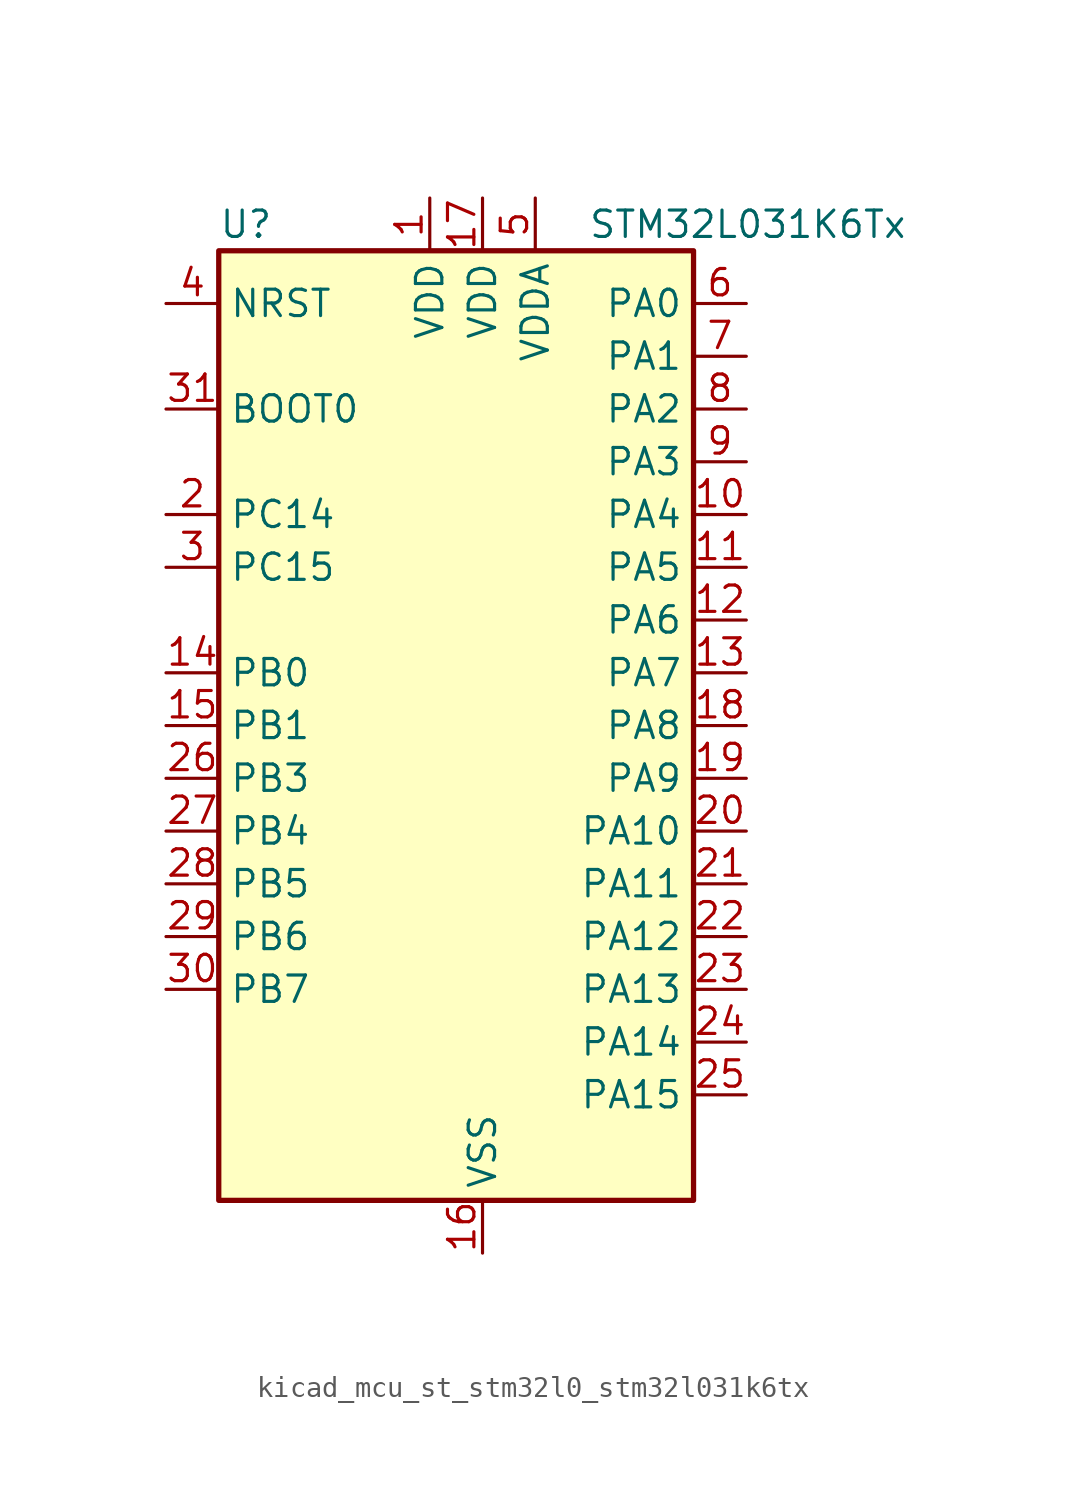
<source format=kicad_sym>
(kicad_symbol_lib
  (version 20220914)
  (generator kicad_symbol_editor)
  (symbol "kicad_mcu_st_stm32l0_stm32l031k6tx"
    (property "Reference" "U"
      (at -10.16 24.13 0)
      (effects (font (size 1.27 1.27)) (justify left)))
    (property "Value" "STM32L031K6Tx"
      (at 7.62 24.13 0)
      (effects (font (size 1.27 1.27)) (justify left)))
    (property "ki_locked" ""
      (at 0 0 0)
      (effects (font (size 1.27 1.27))))
    (symbol "kicad_mcu_st_stm32l0_stm32l031k6tx_0_1"
      (rectangle (start -10.16 -22.86) (end 12.7 22.86) (stroke (width 0.254) (type default)) (fill (type background))))
    (symbol "kicad_mcu_st_stm32l0_stm32l031k6tx_1_1"
      (pin power_in line (at 0 25.4 270) (length 2.54) (name "VDD" (effects (font (size 1.27 1.27)))) (number "1" (effects (font (size 1.27 1.27)))))
      (pin bidirectional line (at 15.24 10.16 180) (length 2.54) (name "PA4" (effects (font (size 1.27 1.27)))) (number "10" (effects (font (size 1.27 1.27)))) (alternate "ADC_IN4" bidirectional line) (alternate "COMP1_INM" bidirectional line) (alternate "COMP2_INM" bidirectional line) (alternate "LPTIM1_IN1" bidirectional line) (alternate "SPI1_NSS" bidirectional line) (alternate "TIM22_ETR" bidirectional line) (alternate "USART2_CK" bidirectional line))
      (pin bidirectional line (at 15.24 7.62 180) (length 2.54) (name "PA5" (effects (font (size 1.27 1.27)))) (number "11" (effects (font (size 1.27 1.27)))) (alternate "ADC_IN5" bidirectional line) (alternate "COMP1_INM" bidirectional line) (alternate "COMP2_INM" bidirectional line) (alternate "LPTIM1_IN2" bidirectional line) (alternate "SPI1_SCK" bidirectional line) (alternate "TIM2_CH1" bidirectional line) (alternate "TIM2_ETR" bidirectional line))
      (pin bidirectional line (at 15.24 5.08 180) (length 2.54) (name "PA6" (effects (font (size 1.27 1.27)))) (number "12" (effects (font (size 1.27 1.27)))) (alternate "ADC_IN6" bidirectional line) (alternate "COMP1_OUT" bidirectional line) (alternate "LPTIM1_ETR" bidirectional line) (alternate "LPUART1_CTS" bidirectional line) (alternate "SPI1_MISO" bidirectional line) (alternate "TIM22_CH1" bidirectional line))
      (pin bidirectional line (at 15.24 2.54 180) (length 2.54) (name "PA7" (effects (font (size 1.27 1.27)))) (number "13" (effects (font (size 1.27 1.27)))) (alternate "ADC_IN7" bidirectional line) (alternate "COMP2_OUT" bidirectional line) (alternate "LPTIM1_OUT" bidirectional line) (alternate "SPI1_MOSI" bidirectional line) (alternate "TIM22_CH2" bidirectional line) (alternate "USART2_CTS" bidirectional line))
      (pin bidirectional line (at -12.7 2.54 0) (length 2.54) (name "PB0" (effects (font (size 1.27 1.27)))) (number "14" (effects (font (size 1.27 1.27)))) (alternate "ADC_IN8" bidirectional line) (alternate "SPI1_MISO" bidirectional line) (alternate "SYS_VREF_OUT_PB0" bidirectional line) (alternate "TIM2_CH3" bidirectional line) (alternate "USART2_DE" bidirectional line) (alternate "USART2_RTS" bidirectional line))
      (pin bidirectional line (at -12.7 0 0) (length 2.54) (name "PB1" (effects (font (size 1.27 1.27)))) (number "15" (effects (font (size 1.27 1.27)))) (alternate "ADC_IN9" bidirectional line) (alternate "LPUART1_DE" bidirectional line) (alternate "LPUART1_RTS" bidirectional line) (alternate "SPI1_MOSI" bidirectional line) (alternate "SYS_VREF_OUT_PB1" bidirectional line) (alternate "TIM2_CH4" bidirectional line) (alternate "USART2_CK" bidirectional line))
      (pin power_in line (at 2.54 -25.4 90) (length 2.54) (name "VSS" (effects (font (size 1.27 1.27)))) (number "16" (effects (font (size 1.27 1.27)))))
      (pin power_in line (at 2.54 25.4 270) (length 2.54) (name "VDD" (effects (font (size 1.27 1.27)))) (number "17" (effects (font (size 1.27 1.27)))))
      (pin bidirectional line (at 15.24 0 180) (length 2.54) (name "PA8" (effects (font (size 1.27 1.27)))) (number "18" (effects (font (size 1.27 1.27)))) (alternate "LPTIM1_IN1" bidirectional line) (alternate "RCC_MCO" bidirectional line) (alternate "TIM2_CH1" bidirectional line) (alternate "USART2_CK" bidirectional line))
      (pin bidirectional line (at 15.24 -2.54 180) (length 2.54) (name "PA9" (effects (font (size 1.27 1.27)))) (number "19" (effects (font (size 1.27 1.27)))) (alternate "I2C1_SCL" bidirectional line) (alternate "RCC_MCO" bidirectional line) (alternate "TIM22_CH1" bidirectional line) (alternate "USART2_TX" bidirectional line))
      (pin bidirectional line (at -12.7 10.16 0) (length 2.54) (name "PC14" (effects (font (size 1.27 1.27)))) (number "2" (effects (font (size 1.27 1.27)))) (alternate "RCC_OSC32_IN" bidirectional line))
      (pin bidirectional line (at 15.24 -5.08 180) (length 2.54) (name "PA10" (effects (font (size 1.27 1.27)))) (number "20" (effects (font (size 1.27 1.27)))) (alternate "I2C1_SDA" bidirectional line) (alternate "TIM22_CH2" bidirectional line) (alternate "USART2_RX" bidirectional line))
      (pin bidirectional line (at 15.24 -7.62 180) (length 2.54) (name "PA11" (effects (font (size 1.27 1.27)))) (number "21" (effects (font (size 1.27 1.27)))) (alternate "ADC_EXTI11" bidirectional line) (alternate "COMP1_OUT" bidirectional line) (alternate "SPI1_MISO" bidirectional line) (alternate "TIM21_CH2" bidirectional line) (alternate "USART2_CTS" bidirectional line))
      (pin bidirectional line (at 15.24 -10.16 180) (length 2.54) (name "PA12" (effects (font (size 1.27 1.27)))) (number "22" (effects (font (size 1.27 1.27)))) (alternate "COMP2_OUT" bidirectional line) (alternate "SPI1_MOSI" bidirectional line) (alternate "USART2_DE" bidirectional line) (alternate "USART2_RTS" bidirectional line))
      (pin bidirectional line (at 15.24 -12.7 180) (length 2.54) (name "PA13" (effects (font (size 1.27 1.27)))) (number "23" (effects (font (size 1.27 1.27)))) (alternate "LPTIM1_ETR" bidirectional line) (alternate "LPUART1_RX" bidirectional line) (alternate "SYS_SWDIO" bidirectional line))
      (pin bidirectional line (at 15.24 -15.24 180) (length 2.54) (name "PA14" (effects (font (size 1.27 1.27)))) (number "24" (effects (font (size 1.27 1.27)))) (alternate "I2C1_SMBA" bidirectional line) (alternate "LPTIM1_OUT" bidirectional line) (alternate "LPUART1_TX" bidirectional line) (alternate "SYS_SWCLK" bidirectional line) (alternate "USART2_TX" bidirectional line))
      (pin bidirectional line (at 15.24 -17.78 180) (length 2.54) (name "PA15" (effects (font (size 1.27 1.27)))) (number "25" (effects (font (size 1.27 1.27)))) (alternate "SPI1_NSS" bidirectional line) (alternate "TIM2_CH1" bidirectional line) (alternate "TIM2_ETR" bidirectional line) (alternate "USART2_RX" bidirectional line))
      (pin bidirectional line (at -12.7 -2.54 0) (length 2.54) (name "PB3" (effects (font (size 1.27 1.27)))) (number "26" (effects (font (size 1.27 1.27)))) (alternate "COMP2_INM" bidirectional line) (alternate "SPI1_SCK" bidirectional line) (alternate "TIM2_CH2" bidirectional line))
      (pin bidirectional line (at -12.7 -5.08 0) (length 2.54) (name "PB4" (effects (font (size 1.27 1.27)))) (number "27" (effects (font (size 1.27 1.27)))) (alternate "COMP2_INP" bidirectional line) (alternate "SPI1_MISO" bidirectional line) (alternate "TIM22_CH1" bidirectional line))
      (pin bidirectional line (at -12.7 -7.62 0) (length 2.54) (name "PB5" (effects (font (size 1.27 1.27)))) (number "28" (effects (font (size 1.27 1.27)))) (alternate "COMP2_INP" bidirectional line) (alternate "I2C1_SMBA" bidirectional line) (alternate "LPTIM1_IN1" bidirectional line) (alternate "SPI1_MOSI" bidirectional line) (alternate "TIM22_CH2" bidirectional line))
      (pin bidirectional line (at -12.7 -10.16 0) (length 2.54) (name "PB6" (effects (font (size 1.27 1.27)))) (number "29" (effects (font (size 1.27 1.27)))) (alternate "COMP2_INP" bidirectional line) (alternate "I2C1_SCL" bidirectional line) (alternate "LPTIM1_ETR" bidirectional line) (alternate "TIM21_CH1" bidirectional line) (alternate "USART2_TX" bidirectional line))
      (pin bidirectional line (at -12.7 7.62 0) (length 2.54) (name "PC15" (effects (font (size 1.27 1.27)))) (number "3" (effects (font (size 1.27 1.27)))) (alternate "RCC_OSC32_OUT" bidirectional line))
      (pin bidirectional line (at -12.7 -12.7 0) (length 2.54) (name "PB7" (effects (font (size 1.27 1.27)))) (number "30" (effects (font (size 1.27 1.27)))) (alternate "COMP2_INP" bidirectional line) (alternate "I2C1_SDA" bidirectional line) (alternate "LPTIM1_IN2" bidirectional line) (alternate "SYS_PVD_IN" bidirectional line) (alternate "USART2_RX" bidirectional line))
      (pin input line (at -12.7 15.24 0) (length 2.54) (name "BOOT0" (effects (font (size 1.27 1.27)))) (number "31" (effects (font (size 1.27 1.27)))))
      (pin passive line (at 2.54 -25.4 90) (length 2.54) hide (name "VSS" (effects (font (size 1.27 1.27)))) (number "32" (effects (font (size 1.27 1.27)))))
      (pin input line (at -12.7 20.32 0) (length 2.54) (name "NRST" (effects (font (size 1.27 1.27)))) (number "4" (effects (font (size 1.27 1.27)))))
      (pin power_in line (at 5.08 25.4 270) (length 2.54) (name "VDDA" (effects (font (size 1.27 1.27)))) (number "5" (effects (font (size 1.27 1.27)))))
      (pin bidirectional line (at 15.24 20.32 180) (length 2.54) (name "PA0" (effects (font (size 1.27 1.27)))) (number "6" (effects (font (size 1.27 1.27)))) (alternate "ADC_IN0" bidirectional line) (alternate "COMP1_INM" bidirectional line) (alternate "COMP1_OUT" bidirectional line) (alternate "LPTIM1_IN1" bidirectional line) (alternate "RCC_CK_IN" bidirectional line) (alternate "RTC_TAMP2" bidirectional line) (alternate "SYS_WKUP1" bidirectional line) (alternate "TIM2_CH1" bidirectional line) (alternate "TIM2_ETR" bidirectional line) (alternate "USART2_CTS" bidirectional line))
      (pin bidirectional line (at 15.24 17.78 180) (length 2.54) (name "PA1" (effects (font (size 1.27 1.27)))) (number "7" (effects (font (size 1.27 1.27)))) (alternate "ADC_IN1" bidirectional line) (alternate "COMP1_INP" bidirectional line) (alternate "I2C1_SMBA" bidirectional line) (alternate "LPTIM1_IN2" bidirectional line) (alternate "TIM21_ETR" bidirectional line) (alternate "TIM2_CH2" bidirectional line) (alternate "USART2_DE" bidirectional line) (alternate "USART2_RTS" bidirectional line))
      (pin bidirectional line (at 15.24 15.24 180) (length 2.54) (name "PA2" (effects (font (size 1.27 1.27)))) (number "8" (effects (font (size 1.27 1.27)))) (alternate "ADC_IN2" bidirectional line) (alternate "COMP2_INM" bidirectional line) (alternate "COMP2_OUT" bidirectional line) (alternate "LPUART1_TX" bidirectional line) (alternate "RTC_OUT_ALARM" bidirectional line) (alternate "RTC_OUT_CALIB" bidirectional line) (alternate "RTC_TAMP3" bidirectional line) (alternate "RTC_TS" bidirectional line) (alternate "SYS_WKUP3" bidirectional line) (alternate "TIM21_CH1" bidirectional line) (alternate "TIM2_CH3" bidirectional line) (alternate "USART2_TX" bidirectional line))
      (pin bidirectional line (at 15.24 12.7 180) (length 2.54) (name "PA3" (effects (font (size 1.27 1.27)))) (number "9" (effects (font (size 1.27 1.27)))) (alternate "ADC_IN3" bidirectional line) (alternate "COMP2_INP" bidirectional line) (alternate "LPUART1_RX" bidirectional line) (alternate "TIM21_CH2" bidirectional line) (alternate "TIM2_CH4" bidirectional line) (alternate "USART2_RX" bidirectional line)))))
</source>
